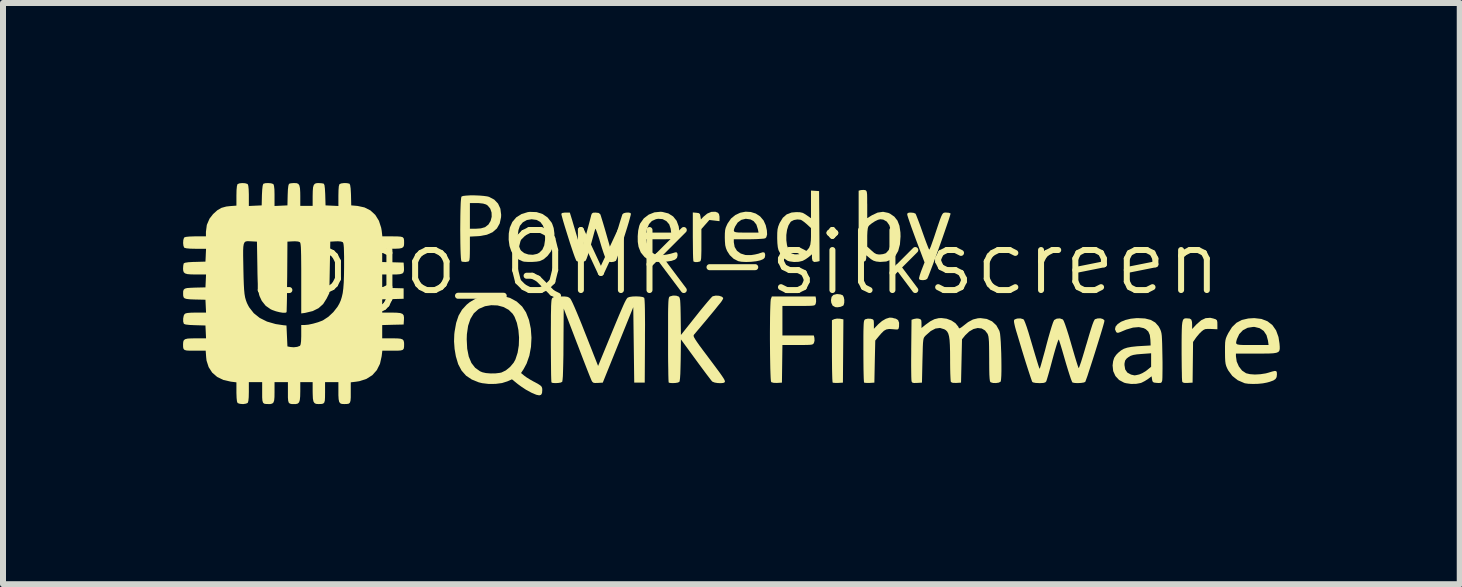
<source format=kicad_pcb>
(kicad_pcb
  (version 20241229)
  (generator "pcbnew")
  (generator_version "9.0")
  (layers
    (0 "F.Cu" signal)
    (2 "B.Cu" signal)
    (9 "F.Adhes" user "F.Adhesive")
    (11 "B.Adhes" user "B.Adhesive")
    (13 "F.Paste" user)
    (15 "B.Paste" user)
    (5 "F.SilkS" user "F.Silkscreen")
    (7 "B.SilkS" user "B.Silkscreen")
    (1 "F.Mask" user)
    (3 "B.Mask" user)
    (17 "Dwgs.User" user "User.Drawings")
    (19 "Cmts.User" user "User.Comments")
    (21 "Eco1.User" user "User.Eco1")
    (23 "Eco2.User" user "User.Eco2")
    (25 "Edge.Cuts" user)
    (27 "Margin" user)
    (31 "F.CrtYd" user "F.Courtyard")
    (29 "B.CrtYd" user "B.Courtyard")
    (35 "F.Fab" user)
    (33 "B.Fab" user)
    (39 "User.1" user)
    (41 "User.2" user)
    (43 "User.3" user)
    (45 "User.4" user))
  (footprint "Logo_QMK-silkscreen"
    (layer "F.Cu")
    (at 9.176 1.825)
    (property "Reference" "Logo_QMK-silkscreen" (at 0 -0.5 0) (unlocked yes) (layer "F.SilkS") (effects (font (size 1 1) (thickness 0.1))))
    (attr smd)
    (fp_poly (pts (xy 1.769 0.435) (xy 1.826 0.446) (xy 1.822 0.973) (xy 1.818 1.5) (xy 1.738 1.505) (xy 1.69 1.505) (xy 1.655 1.502) (xy 1.646 1.498) (xy 1.644 1.48) (xy 1.641 1.434) (xy 1.639 1.364) (xy 1.637 1.274) (xy 1.636 1.167) (xy 1.635 1.048) (xy 1.635 0.973) (xy 1.635 0.46) (xy 1.674 0.442) (xy 1.718 0.433)) (stroke (width 0) (type solid)) (fill yes) (layer "F.SilkS"))
    (fp_poly (pts (xy 1.777 0.03) (xy 1.813 0.044) (xy 1.816 0.046) (xy 1.832 0.076) (xy 1.841 0.121) (xy 1.84 0.17) (xy 1.83 0.208) (xy 1.822 0.218) (xy 1.78 0.237) (xy 1.727 0.245) (xy 1.691 0.242) (xy 1.647 0.218) (xy 1.624 0.17) (xy 1.619 0.126) (xy 1.629 0.071) (xy 1.66 0.038) (xy 1.714 0.025) (xy 1.73 0.025)) (stroke (width 0) (type solid)) (fill yes) (layer "F.SilkS"))
    (fp_poly (pts (xy -0.269 -1.333) (xy -0.247 -1.31) (xy -0.238 -1.266) (xy -0.238 -1.253) (xy -0.238 -1.19) (xy -0.322 -1.2) (xy -0.407 -1.21) (xy -0.473 -1.135) (xy -0.54 -1.059) (xy -0.54 -0.793) (xy -0.54 -0.694) (xy -0.542 -0.622) (xy -0.544 -0.572) (xy -0.549 -0.542) (xy -0.556 -0.525) (xy -0.565 -0.518) (xy -0.604 -0.509) (xy -0.645 -0.509) (xy -0.671 -0.518) (xy -0.672 -0.519) (xy -0.675 -0.537) (xy -0.678 -0.582) (xy -0.68 -0.651) (xy -0.681 -0.738) (xy -0.682 -0.839) (xy -0.683 -0.932) (xy -0.683 -1.335) (xy -0.623 -1.33) (xy -0.583 -1.324) (xy -0.564 -1.308) (xy -0.556 -1.273) (xy -0.556 -1.273) (xy -0.548 -1.219) (xy -0.508 -1.262) (xy -0.443 -1.316) (xy -0.374 -1.345) (xy -0.308 -1.347)) (stroke (width 0) (type solid)) (fill yes) (layer "F.SilkS"))
    (fp_poly (pts (xy 7.991 0.432) (xy 8.03 0.445) (xy 8.049 0.461) (xy 8.056 0.49) (xy 8.057 0.532) (xy 8.057 0.611) (xy 7.952 0.606) (xy 7.893 0.605) (xy 7.854 0.609) (xy 7.824 0.623) (xy 7.797 0.644) (xy 7.756 0.684) (xy 7.714 0.734) (xy 7.699 0.754) (xy 7.652 0.822) (xy 7.648 1.161) (xy 7.644 1.5) (xy 7.562 1.505) (xy 7.511 1.505) (xy 7.483 1.498) (xy 7.471 1.484) (xy 7.469 1.462) (xy 7.466 1.412) (xy 7.465 1.339) (xy 7.463 1.247) (xy 7.462 1.139) (xy 7.461 1.02) (xy 7.461 0.968) (xy 7.461 0.823) (xy 7.462 0.707) (xy 7.464 0.616) (xy 7.467 0.547) (xy 7.473 0.498) (xy 7.481 0.465) (xy 7.492 0.444) (xy 7.507 0.433) (xy 7.526 0.429) (xy 7.548 0.429) (xy 7.597 0.433) (xy 7.623 0.451) (xy 7.634 0.489) (xy 7.636 0.527) (xy 7.636 0.607) (xy 7.711 0.527) (xy 7.787 0.461) (xy 7.861 0.426) (xy 7.938 0.42)) (stroke (width 0) (type solid)) (fill yes) (layer "F.SilkS"))
    (fp_poly (pts (xy 1.37 0.106) (xy 1.371 0.153) (xy 1.364 0.186) (xy 1.358 0.199) (xy 1.349 0.209) (xy 1.331 0.215) (xy 1.301 0.219) (xy 1.254 0.221) (xy 1.184 0.222) (xy 1.088 0.222) (xy 1.08 0.222) (xy 0.81 0.222) (xy 0.81 0.468) (xy 0.81 0.714) (xy 1.071 0.714) (xy 1.333 0.714) (xy 1.343 0.755) (xy 1.345 0.802) (xy 1.336 0.835) (xy 1.329 0.849) (xy 1.318 0.859) (xy 1.301 0.866) (xy 1.27 0.87) (xy 1.222 0.872) (xy 1.152 0.873) (xy 1.064 0.873) (xy 0.81 0.873) (xy 0.806 1.187) (xy 0.802 1.5) (xy 0.722 1.505) (xy 0.666 1.504) (xy 0.629 1.494) (xy 0.623 1.49) (xy 0.618 1.47) (xy 0.614 1.422) (xy 0.611 1.351) (xy 0.608 1.26) (xy 0.606 1.153) (xy 0.604 1.035) (xy 0.603 0.909) (xy 0.602 0.78) (xy 0.602 0.651) (xy 0.603 0.527) (xy 0.604 0.411) (xy 0.606 0.308) (xy 0.609 0.221) (xy 0.612 0.155) (xy 0.616 0.114) (xy 0.619 0.104) (xy 0.634 0.064) (xy 0.998 0.064) (xy 1.362 0.064)) (stroke (width 0) (type solid)) (fill yes) (layer "F.SilkS"))
    (fp_poly (pts (xy 2.638 0.419) (xy 2.669 0.428) (xy 2.701 0.435) (xy 2.737 0.458) (xy 2.754 0.503) (xy 2.753 0.567) (xy 2.751 0.576) (xy 2.745 0.601) (xy 2.733 0.613) (xy 2.708 0.615) (xy 2.661 0.611) (xy 2.649 0.61) (xy 2.589 0.606) (xy 2.542 0.614) (xy 2.5 0.637) (xy 2.456 0.681) (xy 2.419 0.724) (xy 2.357 0.799) (xy 2.349 1.149) (xy 2.342 1.5) (xy 2.262 1.505) (xy 2.213 1.505) (xy 2.179 1.502) (xy 2.17 1.498) (xy 2.168 1.48) (xy 2.165 1.434) (xy 2.163 1.364) (xy 2.161 1.274) (xy 2.16 1.167) (xy 2.159 1.048) (xy 2.159 0.974) (xy 2.159 0.833) (xy 2.159 0.721) (xy 2.16 0.633) (xy 2.162 0.567) (xy 2.164 0.52) (xy 2.167 0.488) (xy 2.172 0.467) (xy 2.178 0.455) (xy 2.186 0.447) (xy 2.192 0.444) (xy 2.232 0.434) (xy 2.28 0.436) (xy 2.312 0.444) (xy 2.328 0.457) (xy 2.333 0.486) (xy 2.334 0.525) (xy 2.334 0.603) (xy 2.409 0.525) (xy 2.47 0.473) (xy 2.534 0.436) (xy 2.594 0.417)) (stroke (width 0) (type solid)) (fill yes) (layer "F.SilkS"))
    (fp_poly (pts (xy -3.285 -1.341) (xy -3.186 -1.309) (xy -3.102 -1.251) (xy -3.036 -1.167) (xy -3.025 -1.145) (xy -3.001 -1.075) (xy -2.989 -0.986) (xy -2.989 -0.891) (xy -3.001 -0.801) (xy -3.01 -0.768) (xy -3.048 -0.684) (xy -3.104 -0.61) (xy -3.17 -0.554) (xy -3.233 -0.525) (xy -3.287 -0.516) (xy -3.357 -0.511) (xy -3.43 -0.511) (xy -3.492 -0.515) (xy -3.515 -0.52) (xy -3.584 -0.551) (xy -3.648 -0.606) (xy -3.7 -0.676) (xy -3.708 -0.691) (xy -3.737 -0.777) (xy -3.751 -0.88) (xy -3.75 -0.956) (xy -3.599 -0.956) (xy -3.597 -0.867) (xy -3.583 -0.785) (xy -3.557 -0.718) (xy -3.544 -0.699) (xy -3.492 -0.658) (xy -3.423 -0.635) (xy -3.348 -0.63) (xy -3.277 -0.645) (xy -3.24 -0.665) (xy -3.19 -0.715) (xy -3.159 -0.784) (xy -3.145 -0.875) (xy -3.144 -0.921) (xy -3.152 -1.031) (xy -3.179 -1.116) (xy -3.223 -1.176) (xy -3.286 -1.211) (xy -3.368 -1.222) (xy -3.369 -1.222) (xy -3.448 -1.209) (xy -3.515 -1.171) (xy -3.563 -1.114) (xy -3.564 -1.112) (xy -3.588 -1.041) (xy -3.599 -0.956) (xy -3.75 -0.956) (xy -3.749 -0.987) (xy -3.732 -1.082) (xy -3.69 -1.177) (xy -3.624 -1.254) (xy -3.537 -1.309) (xy -3.432 -1.341) (xy -3.397 -1.345)) (stroke (width 0) (type solid)) (fill yes) (layer "F.SilkS"))
    (fp_poly (pts (xy -4.24 -1.617) (xy -4.168 -1.611) (xy -4.109 -1.603) (xy -4.078 -1.595) (xy -3.991 -1.549) (xy -3.928 -1.483) (xy -3.889 -1.398) (xy -3.876 -1.296) (xy -3.878 -1.255) (xy -3.9 -1.152) (xy -3.947 -1.069) (xy -4.019 -1.006) (xy -4.114 -0.964) (xy -4.234 -0.942) (xy -4.264 -0.94) (xy -4.397 -0.933) (xy -4.397 -0.73) (xy -4.398 -0.644) (xy -4.4 -0.585) (xy -4.404 -0.548) (xy -4.411 -0.527) (xy -4.422 -0.518) (xy -4.422 -0.518) (xy -4.47 -0.51) (xy -4.521 -0.514) (xy -4.536 -0.519) (xy -4.542 -0.536) (xy -4.547 -0.581) (xy -4.551 -0.648) (xy -4.554 -0.734) (xy -4.556 -0.833) (xy -4.557 -0.942) (xy -4.558 -1.055) (xy -4.557 -1.169) (xy -4.556 -1.278) (xy -4.554 -1.378) (xy -4.551 -1.465) (xy -4.55 -1.492) (xy -4.397 -1.492) (xy -4.397 -1.278) (xy -4.397 -1.064) (xy -4.298 -1.064) (xy -4.214 -1.07) (xy -4.148 -1.089) (xy -4.143 -1.091) (xy -4.088 -1.134) (xy -4.052 -1.194) (xy -4.034 -1.263) (xy -4.036 -1.334) (xy -4.058 -1.399) (xy -4.1 -1.45) (xy -4.127 -1.468) (xy -4.176 -1.483) (xy -4.246 -1.491) (xy -4.285 -1.492) (xy -4.397 -1.492) (xy -4.55 -1.492) (xy -4.547 -1.534) (xy -4.542 -1.581) (xy -4.537 -1.6) (xy -4.511 -1.61) (xy -4.461 -1.616) (xy -4.394 -1.62) (xy -4.318 -1.62)) (stroke (width 0) (type solid)) (fill yes) (layer "F.SilkS"))
    (fp_poly (pts (xy -1.189 -1.344) (xy -1.09 -1.319) (xy -1.011 -1.269) (xy -0.953 -1.197) (xy -0.918 -1.103) (xy -0.909 -1.038) (xy -0.905 -0.987) (xy -0.907 -0.949) (xy -0.919 -0.923) (xy -0.943 -0.905) (xy -0.985 -0.895) (xy -1.048 -0.891) (xy -1.136 -0.889) (xy -1.209 -0.889) (xy -1.459 -0.889) (xy -1.45 -0.829) (xy -1.425 -0.741) (xy -1.379 -0.678) (xy -1.314 -0.638) (xy -1.228 -0.624) (xy -1.183 -0.625) (xy -1.117 -0.634) (xy -1.052 -0.648) (xy -1.021 -0.657) (xy -0.974 -0.671) (xy -0.948 -0.669) (xy -0.938 -0.646) (xy -0.937 -0.617) (xy -0.947 -0.578) (xy -0.979 -0.549) (xy -1.037 -0.529) (xy -1.121 -0.516) (xy -1.191 -0.512) (xy -1.269 -0.511) (xy -1.326 -0.514) (xy -1.369 -0.523) (xy -1.405 -0.537) (xy -1.487 -0.592) (xy -1.55 -0.669) (xy -1.587 -0.762) (xy -1.587 -0.762) (xy -1.6 -0.846) (xy -1.601 -0.94) (xy -1.596 -1) (xy -1.461 -1) (xy -1.252 -1) (xy -1.044 -1) (xy -1.052 -1.065) (xy -1.076 -1.137) (xy -1.123 -1.191) (xy -1.186 -1.224) (xy -1.26 -1.23) (xy -1.298 -1.223) (xy -1.365 -1.193) (xy -1.412 -1.142) (xy -1.445 -1.065) (xy -1.451 -1.044) (xy -1.461 -1) (xy -1.596 -1) (xy -1.593 -1.034) (xy -1.575 -1.114) (xy -1.559 -1.153) (xy -1.499 -1.237) (xy -1.418 -1.299) (xy -1.323 -1.337) (xy -1.219 -1.347)) (stroke (width 0) (type solid)) (fill yes) (layer "F.SilkS"))
    (fp_poly (pts (xy 3.54 -1.333) (xy 3.582 -1.33) (xy 3.608 -1.321) (xy 3.611 -1.319) (xy 3.608 -1.301) (xy 3.595 -1.258) (xy 3.574 -1.193) (xy 3.546 -1.111) (xy 3.513 -1.015) (xy 3.477 -0.911) (xy 3.438 -0.801) (xy 3.398 -0.69) (xy 3.359 -0.582) (xy 3.322 -0.481) (xy 3.288 -0.392) (xy 3.26 -0.318) (xy 3.238 -0.263) (xy 3.224 -0.233) (xy 3.221 -0.228) (xy 3.193 -0.213) (xy 3.153 -0.207) (xy 3.113 -0.21) (xy 3.087 -0.223) (xy 3.087 -0.224) (xy 3.087 -0.245) (xy 3.098 -0.288) (xy 3.117 -0.345) (xy 3.127 -0.372) (xy 3.178 -0.503) (xy 3.033 -0.887) (xy 2.994 -0.993) (xy 2.959 -1.089) (xy 2.93 -1.173) (xy 2.907 -1.24) (xy 2.893 -1.285) (xy 2.889 -1.303) (xy 2.895 -1.323) (xy 2.918 -1.332) (xy 2.951 -1.333) (xy 2.994 -1.329) (xy 3.024 -1.317) (xy 3.028 -1.314) (xy 3.038 -1.293) (xy 3.056 -1.247) (xy 3.081 -1.182) (xy 3.111 -1.101) (xy 3.143 -1.01) (xy 3.145 -1.004) (xy 3.177 -0.915) (xy 3.206 -0.836) (xy 3.23 -0.774) (xy 3.247 -0.732) (xy 3.257 -0.715) (xy 3.257 -0.715) (xy 3.265 -0.729) (xy 3.282 -0.768) (xy 3.303 -0.827) (xy 3.329 -0.9) (xy 3.343 -0.941) (xy 3.382 -1.059) (xy 3.413 -1.151) (xy 3.437 -1.22) (xy 3.456 -1.269) (xy 3.472 -1.302) (xy 3.486 -1.321) (xy 3.5 -1.33) (xy 3.515 -1.333) (xy 3.535 -1.334)) (stroke (width 0) (type solid)) (fill yes) (layer "F.SilkS"))
    (fp_poly (pts (xy 1.353 -1.696) (xy 1.421 -1.691) (xy 1.425 -1.108) (xy 1.429 -0.525) (xy 1.389 -0.515) (xy 1.34 -0.51) (xy 1.312 -0.528) (xy 1.302 -0.572) (xy 1.302 -0.58) (xy 1.302 -0.638) (xy 1.25 -0.594) (xy 1.203 -0.56) (xy 1.155 -0.533) (xy 1.147 -0.529) (xy 1.081 -0.513) (xy 1.003 -0.51) (xy 0.929 -0.52) (xy 0.896 -0.53) (xy 0.836 -0.571) (xy 0.783 -0.633) (xy 0.745 -0.707) (xy 0.744 -0.71) (xy 0.733 -0.756) (xy 0.726 -0.822) (xy 0.724 -0.873) (xy 0.875 -0.873) (xy 0.886 -0.791) (xy 0.909 -0.72) (xy 0.943 -0.669) (xy 0.963 -0.653) (xy 1.016 -0.637) (xy 1.081 -0.639) (xy 1.144 -0.655) (xy 1.169 -0.668) (xy 1.221 -0.706) (xy 1.255 -0.747) (xy 1.275 -0.799) (xy 1.284 -0.87) (xy 1.286 -0.933) (xy 1.286 -1.075) (xy 1.217 -1.139) (xy 1.173 -1.176) (xy 1.133 -1.204) (xy 1.112 -1.214) (xy 1.059 -1.219) (xy 1.002 -1.209) (xy 0.956 -1.186) (xy 0.947 -1.178) (xy 0.911 -1.12) (xy 0.887 -1.045) (xy 0.875 -0.96) (xy 0.875 -0.873) (xy 0.724 -0.873) (xy 0.723 -0.9) (xy 0.723 -0.921) (xy 0.724 -0.998) (xy 0.729 -1.055) (xy 0.74 -1.101) (xy 0.759 -1.149) (xy 0.765 -1.162) (xy 0.817 -1.247) (xy 0.881 -1.303) (xy 0.962 -1.334) (xy 1.041 -1.341) (xy 1.102 -1.339) (xy 1.147 -1.329) (xy 1.189 -1.306) (xy 1.213 -1.29) (xy 1.286 -1.239) (xy 1.286 -1.47) (xy 1.286 -1.7)) (stroke (width 0) (type solid)) (fill yes) (layer "F.SilkS"))
    (fp_poly (pts (xy 0.283 -1.343) (xy 0.366 -1.317) (xy 0.438 -1.27) (xy 0.496 -1.202) (xy 0.532 -1.122) (xy 0.551 -1.037) (xy 0.555 -0.969) (xy 0.542 -0.923) (xy 0.525 -0.905) (xy 0.498 -0.899) (xy 0.446 -0.895) (xy 0.373 -0.891) (xy 0.286 -0.889) (xy 0.247 -0.889) (xy 0 -0.889) (xy 0 -0.84) (xy 0.014 -0.76) (xy 0.053 -0.696) (xy 0.115 -0.651) (xy 0.195 -0.626) (xy 0.288 -0.625) (xy 0.352 -0.635) (xy 0.412 -0.649) (xy 0.439 -0.659) (xy 0.487 -0.673) (xy 0.514 -0.664) (xy 0.523 -0.631) (xy 0.521 -0.609) (xy 0.514 -0.58) (xy 0.493 -0.56) (xy 0.453 -0.542) (xy 0.437 -0.536) (xy 0.372 -0.522) (xy 0.29 -0.513) (xy 0.205 -0.51) (xy 0.126 -0.514) (xy 0.074 -0.524) (xy -0.001 -0.562) (xy -0.067 -0.624) (xy -0.112 -0.694) (xy -0.131 -0.741) (xy -0.143 -0.79) (xy -0.148 -0.853) (xy -0.15 -0.914) (xy -0.149 -0.987) (xy -0.145 -1.034) (xy -0.000061 -1.034) (xy 0.007 -1.016) (xy 0.033 -1.006) (xy 0.079 -1.001) (xy 0.152 -1) (xy 0.206 -1) (xy 0.412 -1) (xy 0.402 -1.052) (xy 0.376 -1.134) (xy 0.33 -1.191) (xy 0.278 -1.219) (xy 0.199 -1.23) (xy 0.126 -1.212) (xy 0.065 -1.168) (xy 0.022 -1.101) (xy 0.006 -1.062) (xy -0.000061 -1.034) (xy -0.145 -1.034) (xy -0.145 -1.039) (xy -0.135 -1.081) (xy -0.116 -1.125) (xy -0.103 -1.152) (xy -0.046 -1.234) (xy 0.026 -1.293) (xy 0.108 -1.331) (xy 0.196 -1.348)) (stroke (width 0) (type solid)) (fill yes) (layer "F.SilkS"))
    (fp_poly (pts (xy 2.19 -1.707) (xy 2.202 -1.701) (xy 2.211 -1.69) (xy 2.217 -1.669) (xy 2.221 -1.632) (xy 2.222 -1.574) (xy 2.222 -1.491) (xy 2.223 -1.468) (xy 2.223 -1.24) (xy 2.302 -1.289) (xy 2.396 -1.333) (xy 2.487 -1.346) (xy 2.574 -1.328) (xy 2.603 -1.315) (xy 2.675 -1.265) (xy 2.727 -1.199) (xy 2.76 -1.113) (xy 2.776 -1.003) (xy 2.778 -0.935) (xy 2.768 -0.803) (xy 2.739 -0.694) (xy 2.691 -0.61) (xy 2.625 -0.551) (xy 2.541 -0.518) (xy 2.439 -0.511) (xy 2.435 -0.511) (xy 2.372 -0.518) (xy 2.327 -0.532) (xy 2.284 -0.558) (xy 2.271 -0.569) (xy 2.207 -0.621) (xy 2.207 -0.574) (xy 2.197 -0.533) (xy 2.165 -0.512) (xy 2.129 -0.508) (xy 2.099 -0.513) (xy 2.09 -0.519) (xy 2.088 -0.536) (xy 2.086 -0.582) (xy 2.084 -0.653) (xy 2.082 -0.744) (xy 2.082 -0.766) (xy 2.223 -0.766) (xy 2.294 -0.701) (xy 2.339 -0.662) (xy 2.375 -0.642) (xy 2.415 -0.635) (xy 2.433 -0.635) (xy 2.485 -0.641) (xy 2.529 -0.655) (xy 2.537 -0.66) (xy 2.581 -0.709) (xy 2.61 -0.784) (xy 2.624 -0.886) (xy 2.625 -0.929) (xy 2.616 -1.038) (xy 2.591 -1.123) (xy 2.549 -1.183) (xy 2.491 -1.216) (xy 2.441 -1.222) (xy 2.402 -1.213) (xy 2.351 -1.188) (xy 2.299 -1.154) (xy 2.257 -1.12) (xy 2.24 -1.097) (xy 2.232 -1.068) (xy 2.226 -1.016) (xy 2.223 -0.95) (xy 2.223 -0.916) (xy 2.223 -0.766) (xy 2.082 -0.766) (xy 2.081 -0.853) (xy 2.08 -0.976) (xy 2.08 -1.109) (xy 2.08 -1.114) (xy 2.08 -1.698) (xy 2.118 -1.708) (xy 2.162 -1.711)) (stroke (width 0) (type solid)) (fill yes) (layer "F.SilkS"))
    (fp_poly (pts (xy 8.791 0.439) (xy 8.892 0.478) (xy 8.974 0.542) (xy 9.035 0.63) (xy 9.075 0.74) (xy 9.092 0.849) (xy 9.096 0.9) (xy 9.096 0.94) (xy 9.089 0.969) (xy 9.071 0.99) (xy 9.039 1.003) (xy 8.989 1.011) (xy 8.917 1.015) (xy 8.821 1.016) (xy 8.706 1.016) (xy 8.366 1.016) (xy 8.366 1.06) (xy 8.379 1.149) (xy 8.415 1.231) (xy 8.468 1.299) (xy 8.534 1.343) (xy 8.536 1.344) (xy 8.599 1.359) (xy 8.682 1.365) (xy 8.773 1.36) (xy 8.864 1.346) (xy 8.908 1.334) (xy 8.974 1.314) (xy 9.015 1.305) (xy 9.037 1.309) (xy 9.047 1.326) (xy 9.049 1.358) (xy 9.049 1.365) (xy 9.044 1.408) (xy 9.026 1.439) (xy 8.99 1.464) (xy 8.93 1.486) (xy 8.883 1.499) (xy 8.815 1.512) (xy 8.733 1.52) (xy 8.649 1.522) (xy 8.572 1.519) (xy 8.515 1.511) (xy 8.509 1.509) (xy 8.396 1.46) (xy 8.306 1.389) (xy 8.237 1.295) (xy 8.22 1.262) (xy 8.204 1.224) (xy 8.194 1.187) (xy 8.188 1.142) (xy 8.185 1.081) (xy 8.184 0.998) (xy 8.184 0.983) (xy 8.184 0.899) (xy 8.186 0.839) (xy 8.186 0.835) (xy 8.369 0.835) (xy 8.374 0.853) (xy 8.393 0.864) (xy 8.429 0.87) (xy 8.486 0.873) (xy 8.569 0.873) (xy 8.638 0.873) (xy 8.91 0.873) (xy 8.9 0.8) (xy 8.875 0.708) (xy 8.828 0.638) (xy 8.761 0.593) (xy 8.676 0.572) (xy 8.653 0.572) (xy 8.561 0.586) (xy 8.482 0.627) (xy 8.421 0.692) (xy 8.383 0.774) (xy 8.373 0.81) (xy 8.369 0.835) (xy 8.186 0.835) (xy 8.191 0.795) (xy 8.2 0.759) (xy 8.215 0.722) (xy 8.238 0.676) (xy 8.239 0.674) (xy 8.301 0.575) (xy 8.375 0.503) (xy 8.464 0.456) (xy 8.573 0.431) (xy 8.672 0.425)) (stroke (width 0) (type solid)) (fill yes) (layer "F.SilkS"))
    (fp_poly (pts (xy -3.859 0.053) (xy -3.728 0.089) (xy -3.617 0.149) (xy -3.527 0.232) (xy -3.462 0.33) (xy -3.412 0.458) (xy -3.382 0.601) (xy -3.371 0.752) (xy -3.379 0.904) (xy -3.406 1.05) (xy -3.452 1.182) (xy -3.502 1.275) (xy -3.545 1.34) (xy -3.492 1.384) (xy -3.452 1.413) (xy -3.394 1.449) (xy -3.332 1.484) (xy -3.327 1.486) (xy -3.264 1.52) (xy -3.224 1.546) (xy -3.202 1.568) (xy -3.193 1.593) (xy -3.191 1.622) (xy -3.195 1.673) (xy -3.211 1.703) (xy -3.242 1.712) (xy -3.291 1.702) (xy -3.361 1.673) (xy -3.39 1.658) (xy -3.463 1.618) (xy -3.54 1.567) (xy -3.599 1.524) (xy -3.696 1.445) (xy -3.773 1.479) (xy -3.862 1.507) (xy -3.969 1.521) (xy -4.084 1.522) (xy -4.193 1.509) (xy -4.25 1.495) (xy -4.366 1.448) (xy -4.461 1.384) (xy -4.536 1.299) (xy -4.592 1.193) (xy -4.631 1.062) (xy -4.652 0.938) (xy -4.661 0.814) (xy -4.66 0.778) (xy -4.45 0.778) (xy -4.442 0.935) (xy -4.416 1.066) (xy -4.372 1.172) (xy -4.309 1.253) (xy -4.228 1.311) (xy -4.187 1.328) (xy -4.128 1.341) (xy -4.051 1.347) (xy -3.97 1.346) (xy -3.897 1.337) (xy -3.87 1.331) (xy -3.798 1.296) (xy -3.727 1.238) (xy -3.668 1.168) (xy -3.638 1.113) (xy -3.602 1.002) (xy -3.582 0.879) (xy -3.578 0.749) (xy -3.589 0.622) (xy -3.614 0.504) (xy -3.653 0.403) (xy -3.684 0.353) (xy -3.751 0.287) (xy -3.838 0.24) (xy -3.936 0.214) (xy -4.041 0.21) (xy -4.145 0.227) (xy -4.241 0.268) (xy -4.258 0.279) (xy -4.332 0.346) (xy -4.388 0.438) (xy -4.427 0.554) (xy -4.447 0.693) (xy -4.45 0.778) (xy -4.66 0.778) (xy -4.657 0.695) (xy -4.652 0.651) (xy -4.626 0.505) (xy -4.586 0.385) (xy -4.528 0.285) (xy -4.45 0.2) (xy -4.402 0.161) (xy -4.299 0.099) (xy -4.184 0.06) (xy -4.052 0.043) (xy -4.008 0.042)) (stroke (width 0) (type solid)) (fill yes) (layer "F.SilkS"))
    (fp_poly (pts (xy -0.96 0.051) (xy -0.916 0.067) (xy -0.916 0.067) (xy -0.907 0.078) (xy -0.9 0.097) (xy -0.894 0.128) (xy -0.891 0.175) (xy -0.888 0.244) (xy -0.886 0.338) (xy -0.885 0.397) (xy -0.881 0.706) (xy -0.629 0.389) (xy -0.56 0.302) (xy -0.495 0.223) (xy -0.439 0.156) (xy -0.395 0.105) (xy -0.364 0.071) (xy -0.351 0.061) (xy -0.3 0.05) (xy -0.244 0.053) (xy -0.2 0.068) (xy -0.198 0.07) (xy -0.179 0.086) (xy -0.178 0.102) (xy -0.195 0.131) (xy -0.198 0.137) (xy -0.219 0.166) (xy -0.261 0.217) (xy -0.32 0.291) (xy -0.398 0.385) (xy -0.493 0.499) (xy -0.605 0.632) (xy -0.664 0.702) (xy -0.669 0.712) (xy -0.669 0.726) (xy -0.661 0.747) (xy -0.643 0.778) (xy -0.614 0.822) (xy -0.572 0.882) (xy -0.514 0.96) (xy -0.438 1.061) (xy -0.433 1.068) (xy -0.349 1.18) (xy -0.283 1.269) (xy -0.232 1.338) (xy -0.195 1.391) (xy -0.17 1.429) (xy -0.155 1.456) (xy -0.149 1.474) (xy -0.148 1.486) (xy -0.151 1.493) (xy -0.174 1.505) (xy -0.217 1.509) (xy -0.269 1.507) (xy -0.318 1.499) (xy -0.354 1.485) (xy -0.361 1.48) (xy -0.378 1.46) (xy -0.41 1.418) (xy -0.456 1.358) (xy -0.512 1.283) (xy -0.575 1.198) (xy -0.635 1.116) (xy -0.881 0.78) (xy -0.885 1.123) (xy -0.888 1.251) (xy -0.891 1.354) (xy -0.896 1.428) (xy -0.902 1.473) (xy -0.907 1.487) (xy -0.932 1.499) (xy -0.975 1.506) (xy -1.024 1.508) (xy -1.065 1.505) (xy -1.085 1.498) (xy -1.087 1.48) (xy -1.089 1.434) (xy -1.091 1.363) (xy -1.092 1.269) (xy -1.094 1.157) (xy -1.095 1.03) (xy -1.095 0.89) (xy -1.095 0.784) (xy -1.095 0.616) (xy -1.095 0.477) (xy -1.095 0.364) (xy -1.094 0.275) (xy -1.092 0.206) (xy -1.09 0.155) (xy -1.087 0.118) (xy -1.083 0.094) (xy -1.079 0.079) (xy -1.073 0.07) (xy -1.066 0.065) (xy -1.065 0.064) (xy -1.015 0.05)) (stroke (width 0) (type solid)) (fill yes) (layer "F.SilkS"))
    (fp_poly (pts (xy -1.567 0.066) (xy -1.52 0.073) (xy -1.494 0.085) (xy -1.489 0.102) (xy -1.486 0.139) (xy -1.483 0.2) (xy -1.481 0.285) (xy -1.48 0.396) (xy -1.479 0.535) (xy -1.48 0.703) (xy -1.48 0.804) (xy -1.484 1.5) (xy -1.572 1.5) (xy -1.659 1.5) (xy -1.667 0.871) (xy -1.675 0.243) (xy -1.929 0.871) (xy -2.183 1.5) (xy -2.265 1.505) (xy -2.315 1.506) (xy -2.343 1.5) (xy -2.36 1.483) (xy -2.37 1.465) (xy -2.38 1.441) (xy -2.401 1.39) (xy -2.43 1.317) (xy -2.466 1.225) (xy -2.508 1.117) (xy -2.554 0.997) (xy -2.603 0.868) (xy -2.613 0.843) (xy -2.834 0.266) (xy -2.838 0.866) (xy -2.839 1.043) (xy -2.842 1.19) (xy -2.845 1.307) (xy -2.848 1.394) (xy -2.853 1.452) (xy -2.858 1.483) (xy -2.86 1.487) (xy -2.884 1.499) (xy -2.928 1.506) (xy -2.976 1.508) (xy -3.018 1.505) (xy -3.037 1.498) (xy -3.04 1.48) (xy -3.042 1.434) (xy -3.044 1.363) (xy -3.045 1.27) (xy -3.046 1.158) (xy -3.047 1.031) (xy -3.048 0.892) (xy -3.048 0.8) (xy -3.048 0.632) (xy -3.047 0.494) (xy -3.047 0.381) (xy -3.045 0.292) (xy -3.044 0.223) (xy -3.041 0.172) (xy -3.038 0.135) (xy -3.034 0.111) (xy -3.028 0.096) (xy -3.023 0.088) (xy -2.997 0.074) (xy -2.952 0.066) (xy -2.882 0.064) (xy -2.879 0.064) (xy -2.815 0.065) (xy -2.774 0.07) (xy -2.746 0.082) (xy -2.725 0.099) (xy -2.71 0.123) (xy -2.685 0.173) (xy -2.653 0.244) (xy -2.615 0.333) (xy -2.573 0.434) (xy -2.533 0.532) (xy -2.488 0.647) (xy -2.443 0.76) (xy -2.401 0.867) (xy -2.364 0.96) (xy -2.335 1.035) (xy -2.319 1.075) (xy -2.261 1.222) (xy -2.08 0.782) (xy -2.013 0.62) (xy -1.957 0.485) (xy -1.911 0.375) (xy -1.873 0.287) (xy -1.843 0.218) (xy -1.819 0.166) (xy -1.8 0.129) (xy -1.785 0.104) (xy -1.773 0.089) (xy -1.766 0.083) (xy -1.735 0.072) (xy -1.685 0.065) (xy -1.625 0.063)) (stroke (width 0) (type solid)) (fill yes) (layer "F.SilkS"))
    (fp_poly (pts (xy 6.851 0.431) (xy 6.946 0.455) (xy 7.021 0.498) (xy 7.077 0.561) (xy 7.098 0.599) (xy 7.11 0.625) (xy 7.119 0.651) (xy 7.126 0.682) (xy 7.131 0.722) (xy 7.134 0.776) (xy 7.137 0.849) (xy 7.139 0.945) (xy 7.141 1.051) (xy 7.143 1.16) (xy 7.143 1.26) (xy 7.142 1.346) (xy 7.141 1.413) (xy 7.139 1.456) (xy 7.137 1.469) (xy 7.128 1.494) (xy 7.111 1.505) (xy 7.076 1.506) (xy 7.052 1.505) (xy 7.006 1.5) (xy 6.983 1.49) (xy 6.973 1.468) (xy 6.969 1.448) (xy 6.961 1.395) (xy 6.898 1.442) (xy 6.847 1.474) (xy 6.796 1.5) (xy 6.78 1.506) (xy 6.706 1.52) (xy 6.62 1.522) (xy 6.537 1.51) (xy 6.503 1.501) (xy 6.419 1.456) (xy 6.358 1.39) (xy 6.321 1.308) (xy 6.311 1.213) (xy 6.312 1.207) (xy 6.509 1.207) (xy 6.521 1.28) (xy 6.557 1.333) (xy 6.618 1.366) (xy 6.675 1.379) (xy 6.7 1.376) (xy 6.741 1.367) (xy 6.755 1.364) (xy 6.805 1.343) (xy 6.861 1.31) (xy 6.886 1.291) (xy 6.953 1.236) (xy 6.953 1.124) (xy 6.953 1.011) (xy 6.801 1.022) (xy 6.716 1.029) (xy 6.655 1.039) (xy 6.61 1.054) (xy 6.573 1.077) (xy 6.544 1.1) (xy 6.52 1.132) (xy 6.51 1.177) (xy 6.509 1.207) (xy 6.312 1.207) (xy 6.32 1.143) (xy 6.338 1.086) (xy 6.371 1.037) (xy 6.405 1.002) (xy 6.451 0.964) (xy 6.499 0.936) (xy 6.556 0.917) (xy 6.627 0.904) (xy 6.721 0.894) (xy 6.771 0.891) (xy 6.945 0.881) (xy 6.941 0.786) (xy 6.931 0.706) (xy 6.906 0.649) (xy 6.864 0.61) (xy 6.829 0.592) (xy 6.749 0.575) (xy 6.652 0.583) (xy 6.542 0.615) (xy 6.498 0.633) (xy 6.442 0.657) (xy 6.407 0.669) (xy 6.387 0.669) (xy 6.374 0.66) (xy 6.37 0.655) (xy 6.351 0.61) (xy 6.361 0.566) (xy 6.396 0.524) (xy 6.452 0.486) (xy 6.526 0.456) (xy 6.614 0.435) (xy 6.713 0.425) (xy 6.731 0.425)) (stroke (width 0) (type solid)) (fill yes) (layer "F.SilkS"))
    (fp_poly (pts (xy -1.726 -1.328) (xy -1.714 -1.314) (xy -1.719 -1.288) (xy -1.732 -1.238) (xy -1.751 -1.169) (xy -1.776 -1.086) (xy -1.805 -0.994) (xy -1.835 -0.899) (xy -1.866 -0.804) (xy -1.895 -0.716) (xy -1.922 -0.639) (xy -1.944 -0.579) (xy -1.959 -0.54) (xy -1.966 -0.528) (xy -1.999 -0.514) (xy -2.04 -0.508) (xy -2.084 -0.514) (xy -2.115 -0.528) (xy -2.128 -0.549) (xy -2.147 -0.596) (xy -2.171 -0.663) (xy -2.198 -0.745) (xy -2.22 -0.818) (xy -2.245 -0.903) (xy -2.269 -0.974) (xy -2.288 -1.027) (xy -2.301 -1.058) (xy -2.308 -1.064) (xy -2.314 -1.041) (xy -2.328 -0.993) (xy -2.346 -0.926) (xy -2.368 -0.846) (xy -2.382 -0.794) (xy -2.408 -0.701) (xy -2.432 -0.623) (xy -2.452 -0.566) (xy -2.468 -0.533) (xy -2.473 -0.528) (xy -2.507 -0.513) (xy -2.548 -0.508) (xy -2.591 -0.514) (xy -2.622 -0.528) (xy -2.631 -0.547) (xy -2.649 -0.591) (xy -2.672 -0.655) (xy -2.699 -0.735) (xy -2.729 -0.825) (xy -2.759 -0.92) (xy -2.789 -1.016) (xy -2.817 -1.106) (xy -2.841 -1.186) (xy -2.859 -1.251) (xy -2.871 -1.296) (xy -2.873 -1.314) (xy -2.858 -1.327) (xy -2.815 -1.333) (xy -2.802 -1.333) (xy -2.732 -1.333) (xy -2.692 -1.203) (xy -2.67 -1.128) (xy -2.643 -1.037) (xy -2.616 -0.946) (xy -2.604 -0.905) (xy -2.583 -0.835) (xy -2.565 -0.774) (xy -2.552 -0.731) (xy -2.546 -0.714) (xy -2.539 -0.722) (xy -2.526 -0.756) (xy -2.508 -0.813) (xy -2.485 -0.887) (xy -2.459 -0.975) (xy -2.432 -1.073) (xy -2.405 -1.175) (xy -2.378 -1.279) (xy -2.376 -1.29) (xy -2.364 -1.318) (xy -2.343 -1.331) (xy -2.302 -1.333) (xy -2.251 -1.327) (xy -2.225 -1.306) (xy -2.225 -1.306) (xy -2.216 -1.282) (xy -2.201 -1.233) (xy -2.18 -1.165) (xy -2.155 -1.081) (xy -2.128 -0.988) (xy -2.127 -0.984) (xy -2.101 -0.893) (xy -2.078 -0.813) (xy -2.06 -0.749) (xy -2.047 -0.705) (xy -2.041 -0.687) (xy -2.041 -0.687) (xy -2.036 -0.701) (xy -2.024 -0.74) (xy -2.006 -0.801) (xy -1.983 -0.878) (xy -1.957 -0.968) (xy -1.954 -0.981) (xy -1.927 -1.075) (xy -1.902 -1.159) (xy -1.88 -1.229) (xy -1.864 -1.28) (xy -1.855 -1.305) (xy -1.855 -1.306) (xy -1.833 -1.323) (xy -1.797 -1.332) (xy -1.757 -1.334)) (stroke (width 0) (type solid)) (fill yes) (layer "F.SilkS"))
    (fp_poly (pts (xy 3.546 0.435) (xy 3.626 0.465) (xy 3.693 0.51) (xy 3.739 0.566) (xy 3.751 0.592) (xy 3.765 0.595) (xy 3.797 0.575) (xy 3.815 0.561) (xy 3.903 0.492) (xy 3.985 0.448) (xy 4.066 0.428) (xy 4.11 0.425) (xy 4.215 0.439) (xy 4.303 0.479) (xy 4.374 0.545) (xy 4.423 0.633) (xy 4.428 0.648) (xy 4.436 0.684) (xy 4.442 0.744) (xy 4.448 0.823) (xy 4.452 0.915) (xy 4.456 1.014) (xy 4.458 1.117) (xy 4.459 1.216) (xy 4.459 1.307) (xy 4.457 1.385) (xy 4.453 1.444) (xy 4.448 1.478) (xy 4.445 1.484) (xy 4.415 1.5) (xy 4.369 1.507) (xy 4.32 1.506) (xy 4.282 1.495) (xy 4.274 1.489) (xy 4.267 1.471) (xy 4.262 1.432) (xy 4.258 1.369) (xy 4.256 1.28) (xy 4.255 1.162) (xy 4.255 1.107) (xy 4.254 0.985) (xy 4.253 0.891) (xy 4.251 0.82) (xy 4.247 0.768) (xy 4.242 0.73) (xy 4.234 0.703) (xy 4.229 0.688) (xy 4.186 0.631) (xy 4.13 0.598) (xy 4.064 0.59) (xy 3.993 0.607) (xy 3.922 0.648) (xy 3.854 0.713) (xy 3.847 0.722) (xy 3.802 0.778) (xy 3.794 1.139) (xy 3.786 1.5) (xy 3.708 1.505) (xy 3.649 1.504) (xy 3.619 1.491) (xy 3.617 1.489) (xy 3.613 1.468) (xy 3.61 1.42) (xy 3.607 1.349) (xy 3.605 1.262) (xy 3.604 1.162) (xy 3.604 1.116) (xy 3.603 0.98) (xy 3.6 0.873) (xy 3.595 0.79) (xy 3.586 0.728) (xy 3.573 0.682) (xy 3.555 0.649) (xy 3.532 0.626) (xy 3.507 0.611) (xy 3.435 0.589) (xy 3.36 0.599) (xy 3.282 0.64) (xy 3.2 0.712) (xy 3.191 0.721) (xy 3.178 0.736) (xy 3.168 0.751) (xy 3.161 0.771) (xy 3.156 0.801) (xy 3.152 0.844) (xy 3.149 0.905) (xy 3.147 0.988) (xy 3.144 1.097) (xy 3.143 1.132) (xy 3.135 1.5) (xy 3.052 1.505) (xy 3.003 1.506) (xy 2.977 1.501) (xy 2.965 1.487) (xy 2.961 1.473) (xy 2.959 1.449) (xy 2.957 1.397) (xy 2.956 1.321) (xy 2.955 1.227) (xy 2.955 1.117) (xy 2.956 0.997) (xy 2.956 0.945) (xy 2.961 0.453) (xy 3.002 0.439) (xy 3.05 0.431) (xy 3.085 0.435) (xy 3.111 0.445) (xy 3.124 0.464) (xy 3.127 0.503) (xy 3.127 0.517) (xy 3.127 0.59) (xy 3.195 0.535) (xy 3.274 0.478) (xy 3.343 0.443) (xy 3.413 0.426) (xy 3.461 0.424)) (stroke (width 0) (type solid)) (fill yes) (layer "F.SilkS"))
    (fp_poly (pts (xy 6.149 0.44) (xy 6.173 0.46) (xy 6.175 0.47) (xy 6.171 0.493) (xy 6.158 0.54) (xy 6.138 0.609) (xy 6.112 0.695) (xy 6.082 0.792) (xy 6.049 0.898) (xy 6.015 1.007) (xy 5.981 1.114) (xy 5.948 1.216) (xy 5.918 1.308) (xy 5.893 1.386) (xy 5.872 1.444) (xy 5.859 1.479) (xy 5.855 1.488) (xy 5.831 1.498) (xy 5.786 1.505) (xy 5.733 1.508) (xy 5.683 1.506) (xy 5.647 1.499) (xy 5.641 1.496) (xy 5.632 1.478) (xy 5.615 1.434) (xy 5.593 1.368) (xy 5.567 1.286) (xy 5.538 1.191) (xy 5.524 1.143) (xy 5.495 1.043) (xy 5.469 0.953) (xy 5.446 0.877) (xy 5.428 0.82) (xy 5.417 0.787) (xy 5.415 0.781) (xy 5.408 0.79) (xy 5.394 0.825) (xy 5.375 0.883) (xy 5.352 0.96) (xy 5.326 1.052) (xy 5.311 1.107) (xy 5.284 1.208) (xy 5.259 1.3) (xy 5.237 1.378) (xy 5.219 1.438) (xy 5.208 1.473) (xy 5.205 1.48) (xy 5.189 1.496) (xy 5.159 1.505) (xy 5.107 1.508) (xy 5.089 1.508) (xy 5.027 1.505) (xy 4.985 1.496) (xy 4.973 1.488) (xy 4.965 1.469) (xy 4.949 1.423) (xy 4.926 1.354) (xy 4.897 1.265) (xy 4.864 1.162) (xy 4.828 1.046) (xy 4.804 0.968) (xy 4.763 0.831) (xy 4.73 0.721) (xy 4.704 0.636) (xy 4.686 0.571) (xy 4.675 0.523) (xy 4.669 0.491) (xy 4.668 0.47) (xy 4.671 0.457) (xy 4.678 0.449) (xy 4.678 0.448) (xy 4.721 0.432) (xy 4.775 0.43) (xy 4.823 0.443) (xy 4.824 0.443) (xy 4.837 0.461) (xy 4.855 0.503) (xy 4.88 0.572) (xy 4.911 0.668) (xy 4.948 0.793) (xy 4.969 0.864) (xy 5.001 0.972) (xy 5.03 1.069) (xy 5.055 1.151) (xy 5.075 1.215) (xy 5.089 1.256) (xy 5.096 1.27) (xy 5.102 1.255) (xy 5.115 1.214) (xy 5.133 1.15) (xy 5.156 1.067) (xy 5.183 0.971) (xy 5.207 0.878) (xy 5.24 0.755) (xy 5.271 0.648) (xy 5.297 0.562) (xy 5.318 0.5) (xy 5.334 0.464) (xy 5.338 0.457) (xy 5.38 0.434) (xy 5.433 0.43) (xy 5.48 0.447) (xy 5.483 0.449) (xy 5.497 0.472) (xy 5.518 0.525) (xy 5.546 0.607) (xy 5.581 0.717) (xy 5.621 0.854) (xy 5.622 0.858) (xy 5.653 0.964) (xy 5.681 1.06) (xy 5.706 1.142) (xy 5.726 1.205) (xy 5.74 1.245) (xy 5.745 1.258) (xy 5.753 1.247) (xy 5.767 1.209) (xy 5.788 1.148) (xy 5.813 1.068) (xy 5.842 0.972) (xy 5.873 0.865) (xy 5.874 0.865) (xy 5.914 0.728) (xy 5.947 0.62) (xy 5.973 0.539) (xy 5.994 0.484) (xy 6.01 0.453) (xy 6.018 0.444) (xy 6.062 0.43) (xy 6.109 0.429)) (stroke (width 0) (type solid)) (fill yes) (layer "F.SilkS"))
    (fp_poly (pts (xy -6.87 -1.822) (xy -6.836 -1.816) (xy -6.831 -1.813) (xy -6.82 -1.79) (xy -6.813 -1.736) (xy -6.808 -1.651) (xy -6.807 -1.627) (xy -6.802 -1.453) (xy -6.695 -1.448) (xy -6.588 -1.443) (xy -6.588 -1.615) (xy -6.586 -1.707) (xy -6.581 -1.771) (xy -6.571 -1.804) (xy -6.569 -1.807) (xy -6.541 -1.819) (xy -6.495 -1.825) (xy -6.447 -1.824) (xy -6.409 -1.816) (xy -6.402 -1.813) (xy -6.392 -1.79) (xy -6.384 -1.736) (xy -6.379 -1.651) (xy -6.378 -1.627) (xy -6.374 -1.453) (xy -6.269 -1.444) (xy -6.153 -1.419) (xy -6.054 -1.369) (xy -5.973 -1.294) (xy -5.913 -1.197) (xy -5.875 -1.08) (xy -5.866 -1.028) (xy -5.856 -0.937) (xy -5.684 -0.937) (xy -5.603 -0.936) (xy -5.549 -0.932) (xy -5.517 -0.923) (xy -5.5 -0.904) (xy -5.494 -0.873) (xy -5.493 -0.827) (xy -5.495 -0.787) (xy -5.506 -0.76) (xy -5.53 -0.743) (xy -5.573 -0.734) (xy -5.64 -0.731) (xy -5.694 -0.73) (xy -5.858 -0.73) (xy -5.858 -0.62) (xy -5.858 -0.509) (xy -5.679 -0.505) (xy -5.501 -0.5) (xy -5.496 -0.423) (xy -5.495 -0.374) (xy -5.502 -0.34) (xy -5.522 -0.318) (xy -5.561 -0.307) (xy -5.622 -0.302) (xy -5.693 -0.302) (xy -5.858 -0.302) (xy -5.858 -0.191) (xy -5.858 -0.08) (xy -5.679 -0.076) (xy -5.501 -0.071) (xy -5.501 0.016) (xy -5.501 0.103) (xy -5.679 0.108) (xy -5.858 0.112) (xy -5.858 0.223) (xy -5.858 0.333) (xy -5.702 0.333) (xy -5.616 0.335) (xy -5.557 0.341) (xy -5.52 0.355) (xy -5.501 0.378) (xy -5.495 0.415) (xy -5.496 0.453) (xy -5.501 0.532) (xy -5.679 0.536) (xy -5.858 0.541) (xy -5.858 0.651) (xy -5.858 0.762) (xy -5.694 0.762) (xy -5.611 0.763) (xy -5.554 0.768) (xy -5.519 0.78) (xy -5.501 0.801) (xy -5.494 0.833) (xy -5.493 0.859) (xy -5.494 0.905) (xy -5.5 0.936) (xy -5.517 0.955) (xy -5.55 0.964) (xy -5.604 0.968) (xy -5.684 0.968) (xy -5.856 0.968) (xy -5.867 1.06) (xy -5.895 1.186) (xy -5.948 1.292) (xy -6.023 1.376) (xy -6.121 1.438) (xy -6.239 1.476) (xy -6.29 1.484) (xy -6.382 1.495) (xy -6.382 1.666) (xy -6.382 1.747) (xy -6.386 1.801) (xy -6.396 1.833) (xy -6.414 1.85) (xy -6.446 1.856) (xy -6.491 1.857) (xy -6.531 1.855) (xy -6.558 1.844) (xy -6.575 1.82) (xy -6.584 1.777) (xy -6.588 1.711) (xy -6.588 1.656) (xy -6.588 1.492) (xy -6.699 1.492) (xy -6.81 1.492) (xy -6.81 1.665) (xy -6.811 1.746) (xy -6.814 1.8) (xy -6.824 1.833) (xy -6.843 1.85) (xy -6.874 1.856) (xy -6.921 1.857) (xy -6.922 1.857) (xy -6.961 1.854) (xy -6.987 1.84) (xy -7.004 1.812) (xy -7.013 1.764) (xy -7.016 1.691) (xy -7.017 1.644) (xy -7.017 1.492) (xy -7.12 1.492) (xy -7.223 1.492) (xy -7.223 1.644) (xy -7.225 1.731) (xy -7.231 1.791) (xy -7.243 1.828) (xy -7.265 1.849) (xy -7.297 1.857) (xy -7.318 1.857) (xy -7.365 1.857) (xy -7.396 1.85) (xy -7.415 1.834) (xy -7.425 1.801) (xy -7.429 1.748) (xy -7.429 1.668) (xy -7.429 1.665) (xy -7.429 1.492) (xy -7.541 1.492) (xy -7.652 1.492) (xy -7.652 1.656) (xy -7.653 1.739) (xy -7.658 1.796) (xy -7.67 1.831) (xy -7.691 1.849) (xy -7.722 1.857) (xy -7.749 1.857) (xy -7.795 1.856) (xy -7.826 1.85) (xy -7.844 1.833) (xy -7.854 1.8) (xy -7.858 1.746) (xy -7.858 1.666) (xy -7.858 1.665) (xy -7.858 1.492) (xy -7.969 1.492) (xy -8.08 1.492) (xy -8.08 1.656) (xy -8.082 1.744) (xy -8.088 1.805) (xy -8.098 1.836) (xy -8.099 1.838) (xy -8.127 1.85) (xy -8.17 1.857) (xy -8.184 1.857) (xy -8.229 1.853) (xy -8.263 1.842) (xy -8.268 1.838) (xy -8.278 1.811) (xy -8.284 1.754) (xy -8.287 1.67) (xy -8.287 1.657) (xy -8.287 1.495) (xy -8.378 1.484) (xy -8.503 1.456) (xy -8.608 1.405) (xy -8.691 1.333) (xy -8.75 1.241) (xy -8.785 1.132) (xy -8.791 1.078) (xy -8.799 0.968) (xy -8.978 0.968) (xy -9.06 0.968) (xy -9.115 0.965) (xy -9.15 0.956) (xy -9.168 0.938) (xy -9.175 0.909) (xy -9.176 0.865) (xy -9.176 0.859) (xy -9.173 0.82) (xy -9.163 0.793) (xy -9.14 0.776) (xy -9.099 0.766) (xy -9.035 0.763) (xy -8.965 0.762) (xy -8.793 0.762) (xy -8.798 0.655) (xy -8.803 0.548) (xy -8.977 0.543) (xy -9.068 0.539) (xy -9.13 0.532) (xy -9.16 0.522) (xy -9.163 0.519) (xy -9.174 0.482) (xy -9.174 0.432) (xy -9.165 0.384) (xy -9.151 0.358) (xy -9.132 0.346) (xy -9.098 0.339) (xy -9.046 0.335) (xy -8.968 0.333) (xy -8.96 0.333) (xy -8.793 0.333) (xy -8.798 0.226) (xy -8.803 0.119) (xy -8.977 0.115) (xy -9.059 0.112) (xy -9.115 0.106) (xy -9.149 0.096) (xy -9.167 0.078) (xy -9.174 0.05) (xy -9.175 0.016) (xy -9.174 -0.023) (xy -9.165 -0.049) (xy -9.145 -0.066) (xy -9.108 -0.076) (xy -9.049 -0.08) (xy -8.977 -0.083) (xy -8.803 -0.087) (xy -8.798 -0.194) (xy -8.793 -0.302) (xy -8.954 -0.302) (xy -9.042 -0.303) (xy -9.104 -0.308) (xy -9.143 -0.32) (xy -9.165 -0.34) (xy -9.174 -0.37) (xy -9.176 -0.401) (xy -9.173 -0.448) (xy -9.166 -0.482) (xy -9.163 -0.488) (xy -9.14 -0.498) (xy -9.086 -0.506) (xy -9.002 -0.511) (xy -8.977 -0.511) (xy -8.803 -0.516) (xy -8.798 -0.617) (xy -8.175 -0.617) (xy -8.173 -0.506) (xy -8.171 -0.397) (xy -8.168 -0.256) (xy -8.164 -0.142) (xy -8.159 -0.051) (xy -8.152 0.022) (xy -8.142 0.081) (xy -8.128 0.13) (xy -8.111 0.175) (xy -8.089 0.219) (xy -8.073 0.247) (xy -7.998 0.343) (xy -7.899 0.422) (xy -7.777 0.483) (xy -7.634 0.524) (xy -7.501 0.544) (xy -7.453 0.548) (xy -7.445 0.722) (xy -7.437 0.897) (xy -7.39 0.906) (xy -7.332 0.911) (xy -7.274 0.904) (xy -7.231 0.888) (xy -7.227 0.885) (xy -7.217 0.862) (xy -7.21 0.811) (xy -7.207 0.731) (xy -7.207 0.704) (xy -7.207 0.54) (xy -7.15 0.54) (xy -7.087 0.534) (xy -7.008 0.517) (xy -6.927 0.494) (xy -6.858 0.468) (xy -6.842 0.46) (xy -6.755 0.403) (xy -6.672 0.325) (xy -6.603 0.237) (xy -6.573 0.185) (xy -6.549 0.131) (xy -6.531 0.073) (xy -6.516 0.008) (xy -6.506 -0.071) (xy -6.499 -0.166) (xy -6.495 -0.282) (xy -6.493 -0.425) (xy -6.493 -0.478) (xy -6.493 -0.596) (xy -6.495 -0.685) (xy -6.497 -0.751) (xy -6.501 -0.795) (xy -6.506 -0.823) (xy -6.513 -0.838) (xy -6.515 -0.84) (xy -6.545 -0.851) (xy -6.596 -0.855) (xy -6.63 -0.854) (xy -6.723 -0.849) (xy -6.731 -0.421) (xy -6.739 0.008) (xy -6.784 0.099) (xy -6.842 0.191) (xy -6.919 0.26) (xy -7.016 0.308) (xy -7.137 0.337) (xy -7.148 0.339) (xy -7.207 0.347) (xy -7.207 -0.237) (xy -7.207 -0.393) (xy -7.208 -0.52) (xy -7.209 -0.621) (xy -7.211 -0.699) (xy -7.213 -0.756) (xy -7.217 -0.797) (xy -7.221 -0.822) (xy -7.227 -0.837) (xy -7.23 -0.84) (xy -7.259 -0.851) (xy -7.311 -0.855) (xy -7.345 -0.854) (xy -7.437 -0.849) (xy -7.441 -0.27) (xy -7.443 -0.137) (xy -7.444 -0.014) (xy -7.445 0.096) (xy -7.447 0.189) (xy -7.449 0.261) (xy -7.45 0.308) (xy -7.452 0.327) (xy -7.471 0.336) (xy -7.512 0.336) (xy -7.567 0.327) (xy -7.627 0.312) (xy -7.687 0.291) (xy -7.716 0.278) (xy -7.799 0.22) (xy -7.864 0.139) (xy -7.9 0.062) (xy -7.909 0.035) (xy -7.916 -0.002) (xy -7.922 -0.05) (xy -7.926 -0.115) (xy -7.93 -0.201) (xy -7.934 -0.311) (xy -7.936 -0.429) (xy -7.945 -0.849) (xy -8.038 -0.854) (xy -8.079 -0.856) (xy -8.111 -0.856) (xy -8.136 -0.85) (xy -8.153 -0.835) (xy -8.165 -0.807) (xy -8.172 -0.764) (xy -8.175 -0.702) (xy -8.175 -0.617) (xy -8.798 -0.617) (xy -8.798 -0.623) (xy -8.793 -0.73) (xy -8.965 -0.73) (xy -9.058 -0.732) (xy -9.121 -0.738) (xy -9.154 -0.747) (xy -9.157 -0.749) (xy -9.17 -0.78) (xy -9.175 -0.826) (xy -9.172 -0.875) (xy -9.161 -0.911) (xy -9.157 -0.918) (xy -9.129 -0.928) (xy -9.072 -0.934) (xy -8.985 -0.937) (xy -8.966 -0.937) (xy -8.795 -0.937) (xy -8.795 -1.013) (xy -8.78 -1.128) (xy -8.735 -1.232) (xy -8.676 -1.308) (xy -8.605 -1.372) (xy -8.536 -1.412) (xy -8.456 -1.434) (xy -8.394 -1.441) (xy -8.287 -1.449) (xy -8.287 -1.618) (xy -8.285 -1.709) (xy -8.279 -1.771) (xy -8.27 -1.804) (xy -8.268 -1.807) (xy -8.237 -1.82) (xy -8.191 -1.825) (xy -8.142 -1.822) (xy -8.106 -1.811) (xy -8.099 -1.807) (xy -8.089 -1.779) (xy -8.083 -1.722) (xy -8.08 -1.635) (xy -8.08 -1.615) (xy -8.08 -1.443) (xy -7.973 -1.448) (xy -7.866 -1.453) (xy -7.862 -1.627) (xy -7.857 -1.718) (xy -7.85 -1.779) (xy -7.84 -1.81) (xy -7.838 -1.813) (xy -7.805 -1.823) (xy -7.757 -1.825) (xy -7.71 -1.821) (xy -7.676 -1.81) (xy -7.671 -1.807) (xy -7.661 -1.779) (xy -7.654 -1.722) (xy -7.652 -1.635) (xy -7.652 -1.615) (xy -7.652 -1.443) (xy -7.545 -1.448) (xy -7.437 -1.453) (xy -7.433 -1.627) (xy -7.429 -1.718) (xy -7.422 -1.779) (xy -7.412 -1.81) (xy -7.409 -1.813) (xy -7.382 -1.821) (xy -7.338 -1.825) (xy -7.323 -1.825) (xy -7.283 -1.823) (xy -7.255 -1.811) (xy -7.238 -1.785) (xy -7.228 -1.74) (xy -7.224 -1.672) (xy -7.223 -1.604) (xy -7.223 -1.445) (xy -7.12 -1.445) (xy -7.017 -1.445) (xy -7.017 -1.604) (xy -7.015 -1.693) (xy -7.01 -1.754) (xy -6.998 -1.793) (xy -6.978 -1.815) (xy -6.948 -1.824) (xy -6.917 -1.825)) (stroke (width 0) (type solid)) (fill yes) (layer "F.SilkS")))
  (gr_rect
    (start -3 -3)
    (end 21.271 6.683)
    (stroke (width 0.1) (type default))
    (fill no)
    (layer "Edge.Cuts")))
</source>
